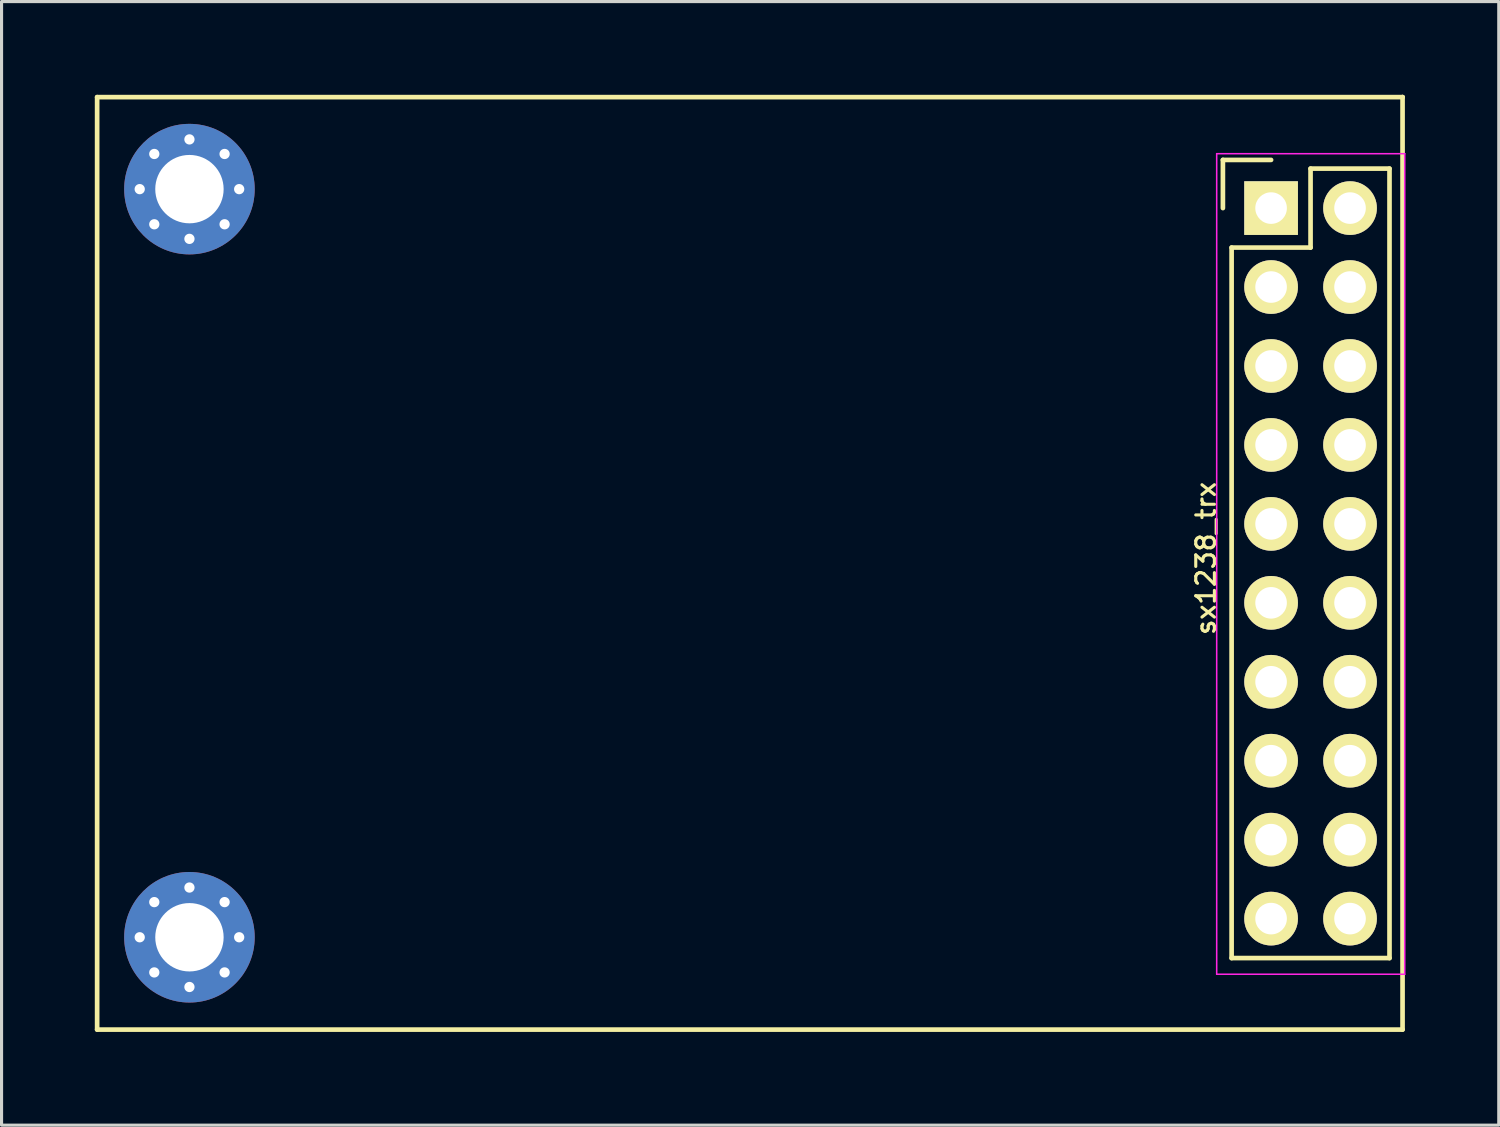
<source format=kicad_pcb>
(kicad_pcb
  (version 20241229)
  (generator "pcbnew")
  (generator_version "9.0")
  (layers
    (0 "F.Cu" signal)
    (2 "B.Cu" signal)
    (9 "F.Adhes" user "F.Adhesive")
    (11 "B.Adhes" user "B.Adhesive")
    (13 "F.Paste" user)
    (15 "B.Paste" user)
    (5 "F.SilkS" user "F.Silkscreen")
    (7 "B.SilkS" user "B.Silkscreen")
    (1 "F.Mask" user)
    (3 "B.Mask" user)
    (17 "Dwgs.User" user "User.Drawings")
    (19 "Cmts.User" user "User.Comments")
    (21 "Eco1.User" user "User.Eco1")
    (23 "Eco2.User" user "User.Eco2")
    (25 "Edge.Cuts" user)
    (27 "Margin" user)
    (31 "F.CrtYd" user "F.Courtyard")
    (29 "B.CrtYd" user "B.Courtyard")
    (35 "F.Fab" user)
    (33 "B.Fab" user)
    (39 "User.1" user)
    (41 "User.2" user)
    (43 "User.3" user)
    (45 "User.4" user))
  (footprint "sx1238_trx"
    (layer "F.Cu")
    (at 37.845 3.645)
    (property "Reference" "sx1238_trx" (at -2.096 11.272 90) (layer "F.SilkS") (effects (font (size 0.6 0.6) (thickness 0.1))))
    (attr through_hole)
    (fp_line (start -37.77 -3.57) (end 4.23 -3.57) (stroke (width 0.15) (type solid)) (layer "F.SilkS"))
    (fp_line (start -37.77 26.43) (end -37.77 -3.57) (stroke (width 0.15) (type solid)) (layer "F.SilkS"))
    (fp_line (start -1.55 -1.55) (end -1.55 0) (stroke (width 0.15) (type solid)) (layer "F.SilkS"))
    (fp_line (start -1.27 1.27) (end -1.27 24.13) (stroke (width 0.15) (type solid)) (layer "F.SilkS"))
    (fp_line (start 0 -1.55) (end -1.55 -1.55) (stroke (width 0.15) (type solid)) (layer "F.SilkS"))
    (fp_line (start 1.27 -1.27) (end 1.27 1.27) (stroke (width 0.15) (type solid)) (layer "F.SilkS"))
    (fp_line (start 1.27 1.27) (end -1.27 1.27) (stroke (width 0.15) (type solid)) (layer "F.SilkS"))
    (fp_line (start 3.81 -1.27) (end 1.27 -1.27) (stroke (width 0.15) (type solid)) (layer "F.SilkS"))
    (fp_line (start 3.81 24.13) (end -1.27 24.13) (stroke (width 0.15) (type solid)) (layer "F.SilkS"))
    (fp_line (start 3.81 24.13) (end 3.81 -1.27) (stroke (width 0.15) (type solid)) (layer "F.SilkS"))
    (fp_line (start 4.23 -3.57) (end 4.23 -3.57) (stroke (width 0.15) (type solid)) (layer "F.SilkS"))
    (fp_line (start 4.23 -3.57) (end 4.23 26.43) (stroke (width 0.15) (type solid)) (layer "F.SilkS"))
    (fp_line (start 4.23 26.43) (end -37.77 26.43) (stroke (width 0.15) (type solid)) (layer "F.SilkS"))
    (fp_line (start -1.75 -1.75) (end -1.75 24.65) (stroke (width 0.05) (type solid)) (layer "F.CrtYd"))
    (fp_line (start -1.75 -1.75) (end 4.3 -1.75) (stroke (width 0.05) (type solid)) (layer "F.CrtYd"))
    (fp_line (start -1.75 24.65) (end 4.3 24.65) (stroke (width 0.05) (type solid)) (layer "F.CrtYd"))
    (fp_line (start 4.3 -1.75) (end 4.3 24.65) (stroke (width 0.05) (type solid)) (layer "F.CrtYd"))
    (pad "1" thru_hole circle (at -36.4 -0.61) (size 0.635 0.635) (drill 0.33) (layers "*.Cu" "*.Mask"))
    (pad "1" thru_hole circle (at -36.4 23.46) (size 0.635 0.635) (drill 0.33) (layers "*.Cu" "*.Mask"))
    (pad "1" thru_hole circle (at -35.931 -1.741) (size 0.635 0.635) (drill 0.33) (layers "*.Cu" "*.Mask"))
    (pad "1" thru_hole circle (at -35.931 0.521) (size 0.635 0.635) (drill 0.33) (layers "*.Cu" "*.Mask"))
    (pad "1" thru_hole circle (at -35.931 22.329) (size 0.635 0.635) (drill 0.33) (layers "*.Cu" "*.Mask"))
    (pad "1" thru_hole circle (at -35.931 24.591) (size 0.635 0.635) (drill 0.33) (layers "*.Cu" "*.Mask"))
    (pad "1" thru_hole circle (at -34.8 -2.21) (size 0.635 0.635) (drill 0.33) (layers "*.Cu" "*.Mask"))
    (pad "1" thru_hole circle (at -34.8 -0.61) (size 4.2 4.2) (drill 2.2) (layers "*.Cu" "*.Mask"))
    (pad "1" thru_hole circle (at -34.8 0.99) (size 0.635 0.635) (drill 0.33) (layers "*.Cu" "*.Mask"))
    (pad "1" thru_hole circle (at -34.8 21.86) (size 0.635 0.635) (drill 0.33) (layers "*.Cu" "*.Mask"))
    (pad "1" thru_hole circle (at -34.8 23.46) (size 4.2 4.2) (drill 2.2) (layers "*.Cu" "*.Mask"))
    (pad "1" thru_hole circle (at -34.8 25.06) (size 0.635 0.635) (drill 0.33) (layers "*.Cu" "*.Mask"))
    (pad "1" thru_hole circle (at -33.669 -1.741) (size 0.635 0.635) (drill 0.33) (layers "*.Cu" "*.Mask"))
    (pad "1" thru_hole circle (at -33.669 0.521) (size 0.635 0.635) (drill 0.33) (layers "*.Cu" "*.Mask"))
    (pad "1" thru_hole circle (at -33.669 22.329) (size 0.635 0.635) (drill 0.33) (layers "*.Cu" "*.Mask"))
    (pad "1" thru_hole circle (at -33.669 24.591) (size 0.635 0.635) (drill 0.33) (layers "*.Cu" "*.Mask"))
    (pad "1" thru_hole circle (at -33.2 -0.61) (size 0.635 0.635) (drill 0.33) (layers "*.Cu" "*.Mask"))
    (pad "1" thru_hole circle (at -33.2 23.46) (size 0.635 0.635) (drill 0.33) (layers "*.Cu" "*.Mask"))
    (pad "1" thru_hole rect (at 0 0) (size 1.727 1.727) (drill 1.016) (layers "*.Cu" "*.Mask" "F.SilkS"))
    (pad "2" thru_hole oval (at 2.54 0) (size 1.727 1.727) (drill 1.016) (layers "*.Cu" "*.Mask" "F.SilkS"))
    (pad "3" thru_hole oval (at 0 2.54) (size 1.727 1.727) (drill 1.016) (layers "*.Cu" "*.Mask" "F.SilkS"))
    (pad "4" thru_hole oval (at 2.54 2.54) (size 1.727 1.727) (drill 1.016) (layers "*.Cu" "*.Mask" "F.SilkS"))
    (pad "5" thru_hole oval (at 0 5.08) (size 1.727 1.727) (drill 1.016) (layers "*.Cu" "*.Mask" "F.SilkS"))
    (pad "6" thru_hole oval (at 2.54 5.08) (size 1.727 1.727) (drill 1.016) (layers "*.Cu" "*.Mask" "F.SilkS"))
    (pad "7" thru_hole oval (at 0 7.62) (size 1.727 1.727) (drill 1.016) (layers "*.Cu" "*.Mask" "F.SilkS"))
    (pad "8" thru_hole oval (at 2.54 7.62) (size 1.727 1.727) (drill 1.016) (layers "*.Cu" "*.Mask" "F.SilkS"))
    (pad "9" thru_hole oval (at 0 10.16) (size 1.727 1.727) (drill 1.016) (layers "*.Cu" "*.Mask" "F.SilkS"))
    (pad "10" thru_hole oval (at 2.54 10.16) (size 1.727 1.727) (drill 1.016) (layers "*.Cu" "*.Mask" "F.SilkS"))
    (pad "11" thru_hole oval (at 0 12.7) (size 1.727 1.727) (drill 1.016) (layers "*.Cu" "*.Mask" "F.SilkS"))
    (pad "12" thru_hole oval (at 2.54 12.7) (size 1.727 1.727) (drill 1.016) (layers "*.Cu" "*.Mask" "F.SilkS"))
    (pad "13" thru_hole oval (at 0 15.24) (size 1.727 1.727) (drill 1.016) (layers "*.Cu" "*.Mask" "F.SilkS"))
    (pad "14" thru_hole oval (at 2.54 15.24) (size 1.727 1.727) (drill 1.016) (layers "*.Cu" "*.Mask" "F.SilkS"))
    (pad "15" thru_hole oval (at 0 17.78) (size 1.727 1.727) (drill 1.016) (layers "*.Cu" "*.Mask" "F.SilkS"))
    (pad "16" thru_hole oval (at 2.54 17.78) (size 1.727 1.727) (drill 1.016) (layers "*.Cu" "*.Mask" "F.SilkS"))
    (pad "17" thru_hole oval (at 0 20.32) (size 1.727 1.727) (drill 1.016) (layers "*.Cu" "*.Mask" "F.SilkS"))
    (pad "18" thru_hole oval (at 2.54 20.32) (size 1.727 1.727) (drill 1.016) (layers "*.Cu" "*.Mask" "F.SilkS"))
    (pad "19" thru_hole oval (at 0 22.86) (size 1.727 1.727) (drill 1.016) (layers "*.Cu" "*.Mask" "F.SilkS"))
    (pad "20" thru_hole oval (at 2.54 22.86) (size 1.727 1.727) (drill 1.016) (layers "*.Cu" "*.Mask" "F.SilkS")))
  (gr_rect
    (start -3 -3)
    (end 45.17 33.15)
    (stroke (width 0.1) (type default))
    (fill no)
    (layer "Edge.Cuts")))
</source>
